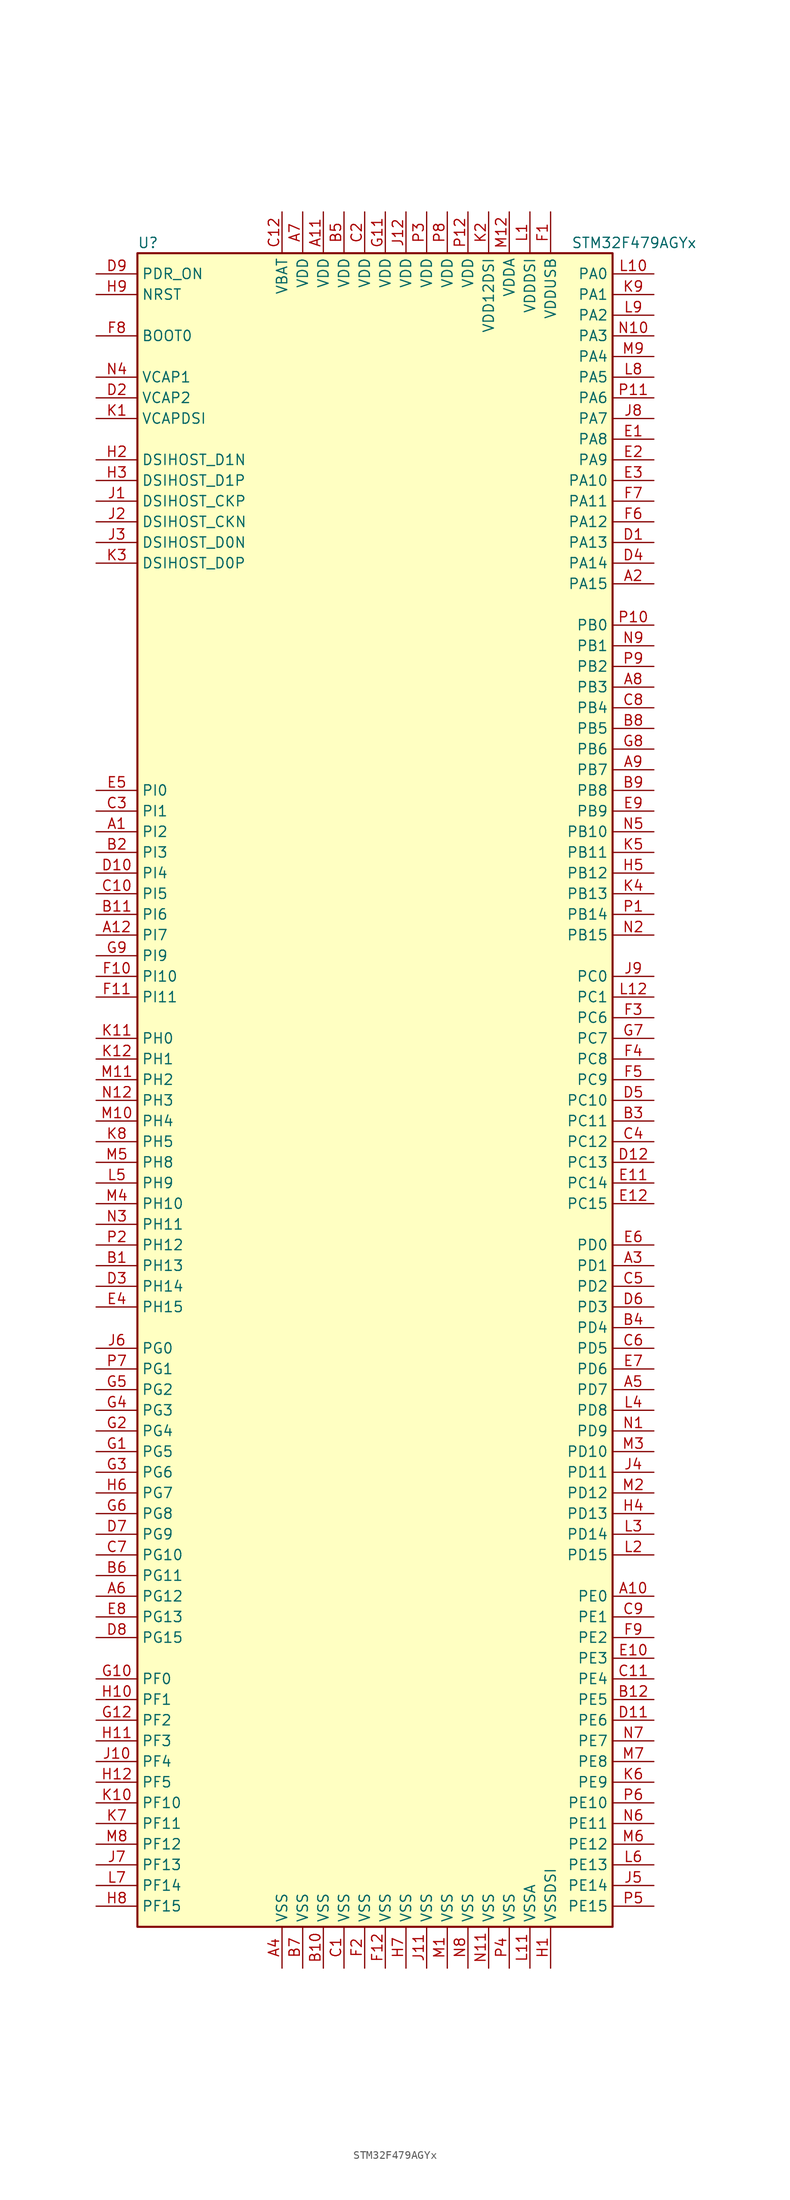
<source format=kicad_sym>
(kicad_symbol_lib
  (version 20201005)
  (generator kicad_symbol_editor)
  (symbol "STM32F479AGYx"
    (property "Reference" "U"
      (at -30.48 102.87 0)
      (effects (font (size 1.27 1.27)) (justify left)))
    (property "Value" "STM32F479AGYx"
      (at 22.86 102.87 0)
      (effects (font (size 1.27 1.27)) (justify left)))
    (symbol "STM32F479AGYx_0_1"
      (rectangle (start -30.48 -104.14) (end 27.94 101.6) (stroke (width 0.254)) (fill (type background))))
    (symbol "STM32F479AGYx_1_1"
      (pin input line (at -35.56 91.44 0) (length 5.08) (name "BOOT0" (effects (font (size 1.27 1.27)))) (number "F8" (effects (font (size 1.27 1.27)))))
      (pin bidirectional line (at -35.56 68.58 0) (length 5.08) (name "DSIHOST_CKN" (effects (font (size 1.27 1.27)))) (number "J2" (effects (font (size 1.27 1.27)))))
      (pin bidirectional line (at -35.56 71.12 0) (length 5.08) (name "DSIHOST_CKP" (effects (font (size 1.27 1.27)))) (number "J1" (effects (font (size 1.27 1.27)))))
      (pin bidirectional line (at -35.56 66.04 0) (length 5.08) (name "DSIHOST_D0N" (effects (font (size 1.27 1.27)))) (number "J3" (effects (font (size 1.27 1.27)))))
      (pin bidirectional line (at -35.56 63.5 0) (length 5.08) (name "DSIHOST_D0P" (effects (font (size 1.27 1.27)))) (number "K3" (effects (font (size 1.27 1.27)))))
      (pin bidirectional line (at -35.56 76.2 0) (length 5.08) (name "DSIHOST_D1N" (effects (font (size 1.27 1.27)))) (number "H2" (effects (font (size 1.27 1.27)))))
      (pin bidirectional line (at -35.56 73.66 0) (length 5.08) (name "DSIHOST_D1P" (effects (font (size 1.27 1.27)))) (number "H3" (effects (font (size 1.27 1.27)))))
      (pin input line (at -35.56 96.52 0) (length 5.08) (name "NRST" (effects (font (size 1.27 1.27)))) (number "H9" (effects (font (size 1.27 1.27)))))
      (pin bidirectional line (at 33.02 99.06 180) (length 5.08) (name "PA0" (effects (font (size 1.27 1.27)))) (number "L10" (effects (font (size 1.27 1.27)))))
      (pin bidirectional line (at 33.02 96.52 180) (length 5.08) (name "PA1" (effects (font (size 1.27 1.27)))) (number "K9" (effects (font (size 1.27 1.27)))))
      (pin bidirectional line (at 33.02 73.66 180) (length 5.08) (name "PA10" (effects (font (size 1.27 1.27)))) (number "E3" (effects (font (size 1.27 1.27)))))
      (pin bidirectional line (at 33.02 71.12 180) (length 5.08) (name "PA11" (effects (font (size 1.27 1.27)))) (number "F7" (effects (font (size 1.27 1.27)))))
      (pin bidirectional line (at 33.02 68.58 180) (length 5.08) (name "PA12" (effects (font (size 1.27 1.27)))) (number "F6" (effects (font (size 1.27 1.27)))))
      (pin bidirectional line (at 33.02 66.04 180) (length 5.08) (name "PA13" (effects (font (size 1.27 1.27)))) (number "D1" (effects (font (size 1.27 1.27)))))
      (pin bidirectional line (at 33.02 63.5 180) (length 5.08) (name "PA14" (effects (font (size 1.27 1.27)))) (number "D4" (effects (font (size 1.27 1.27)))))
      (pin bidirectional line (at 33.02 60.96 180) (length 5.08) (name "PA15" (effects (font (size 1.27 1.27)))) (number "A2" (effects (font (size 1.27 1.27)))))
      (pin bidirectional line (at 33.02 93.98 180) (length 5.08) (name "PA2" (effects (font (size 1.27 1.27)))) (number "L9" (effects (font (size 1.27 1.27)))))
      (pin bidirectional line (at 33.02 91.44 180) (length 5.08) (name "PA3" (effects (font (size 1.27 1.27)))) (number "N10" (effects (font (size 1.27 1.27)))))
      (pin bidirectional line (at 33.02 88.9 180) (length 5.08) (name "PA4" (effects (font (size 1.27 1.27)))) (number "M9" (effects (font (size 1.27 1.27)))))
      (pin bidirectional line (at 33.02 86.36 180) (length 5.08) (name "PA5" (effects (font (size 1.27 1.27)))) (number "L8" (effects (font (size 1.27 1.27)))))
      (pin bidirectional line (at 33.02 83.82 180) (length 5.08) (name "PA6" (effects (font (size 1.27 1.27)))) (number "P11" (effects (font (size 1.27 1.27)))))
      (pin bidirectional line (at 33.02 81.28 180) (length 5.08) (name "PA7" (effects (font (size 1.27 1.27)))) (number "J8" (effects (font (size 1.27 1.27)))))
      (pin bidirectional line (at 33.02 78.74 180) (length 5.08) (name "PA8" (effects (font (size 1.27 1.27)))) (number "E1" (effects (font (size 1.27 1.27)))))
      (pin bidirectional line (at 33.02 76.2 180) (length 5.08) (name "PA9" (effects (font (size 1.27 1.27)))) (number "E2" (effects (font (size 1.27 1.27)))))
      (pin bidirectional line (at 33.02 55.88 180) (length 5.08) (name "PB0" (effects (font (size 1.27 1.27)))) (number "P10" (effects (font (size 1.27 1.27)))))
      (pin bidirectional line (at 33.02 53.34 180) (length 5.08) (name "PB1" (effects (font (size 1.27 1.27)))) (number "N9" (effects (font (size 1.27 1.27)))))
      (pin bidirectional line (at 33.02 30.48 180) (length 5.08) (name "PB10" (effects (font (size 1.27 1.27)))) (number "N5" (effects (font (size 1.27 1.27)))))
      (pin bidirectional line (at 33.02 27.94 180) (length 5.08) (name "PB11" (effects (font (size 1.27 1.27)))) (number "K5" (effects (font (size 1.27 1.27)))))
      (pin bidirectional line (at 33.02 25.4 180) (length 5.08) (name "PB12" (effects (font (size 1.27 1.27)))) (number "H5" (effects (font (size 1.27 1.27)))))
      (pin bidirectional line (at 33.02 22.86 180) (length 5.08) (name "PB13" (effects (font (size 1.27 1.27)))) (number "K4" (effects (font (size 1.27 1.27)))))
      (pin bidirectional line (at 33.02 20.32 180) (length 5.08) (name "PB14" (effects (font (size 1.27 1.27)))) (number "P1" (effects (font (size 1.27 1.27)))))
      (pin bidirectional line (at 33.02 17.78 180) (length 5.08) (name "PB15" (effects (font (size 1.27 1.27)))) (number "N2" (effects (font (size 1.27 1.27)))))
      (pin bidirectional line (at 33.02 50.8 180) (length 5.08) (name "PB2" (effects (font (size 1.27 1.27)))) (number "P9" (effects (font (size 1.27 1.27)))))
      (pin bidirectional line (at 33.02 48.26 180) (length 5.08) (name "PB3" (effects (font (size 1.27 1.27)))) (number "A8" (effects (font (size 1.27 1.27)))))
      (pin bidirectional line (at 33.02 45.72 180) (length 5.08) (name "PB4" (effects (font (size 1.27 1.27)))) (number "C8" (effects (font (size 1.27 1.27)))))
      (pin bidirectional line (at 33.02 43.18 180) (length 5.08) (name "PB5" (effects (font (size 1.27 1.27)))) (number "B8" (effects (font (size 1.27 1.27)))))
      (pin bidirectional line (at 33.02 40.64 180) (length 5.08) (name "PB6" (effects (font (size 1.27 1.27)))) (number "G8" (effects (font (size 1.27 1.27)))))
      (pin bidirectional line (at 33.02 38.1 180) (length 5.08) (name "PB7" (effects (font (size 1.27 1.27)))) (number "A9" (effects (font (size 1.27 1.27)))))
      (pin bidirectional line (at 33.02 35.56 180) (length 5.08) (name "PB8" (effects (font (size 1.27 1.27)))) (number "B9" (effects (font (size 1.27 1.27)))))
      (pin bidirectional line (at 33.02 33.02 180) (length 5.08) (name "PB9" (effects (font (size 1.27 1.27)))) (number "E9" (effects (font (size 1.27 1.27)))))
      (pin bidirectional line (at 33.02 12.7 180) (length 5.08) (name "PC0" (effects (font (size 1.27 1.27)))) (number "J9" (effects (font (size 1.27 1.27)))))
      (pin bidirectional line (at 33.02 10.16 180) (length 5.08) (name "PC1" (effects (font (size 1.27 1.27)))) (number "L12" (effects (font (size 1.27 1.27)))))
      (pin bidirectional line (at 33.02 -2.54 180) (length 5.08) (name "PC10" (effects (font (size 1.27 1.27)))) (number "D5" (effects (font (size 1.27 1.27)))))
      (pin bidirectional line (at 33.02 -5.08 180) (length 5.08) (name "PC11" (effects (font (size 1.27 1.27)))) (number "B3" (effects (font (size 1.27 1.27)))))
      (pin bidirectional line (at 33.02 -7.62 180) (length 5.08) (name "PC12" (effects (font (size 1.27 1.27)))) (number "C4" (effects (font (size 1.27 1.27)))))
      (pin bidirectional line (at 33.02 -10.16 180) (length 5.08) (name "PC13" (effects (font (size 1.27 1.27)))) (number "D12" (effects (font (size 1.27 1.27)))))
      (pin bidirectional line (at 33.02 -12.7 180) (length 5.08) (name "PC14" (effects (font (size 1.27 1.27)))) (number "E11" (effects (font (size 1.27 1.27)))))
      (pin bidirectional line (at 33.02 -15.24 180) (length 5.08) (name "PC15" (effects (font (size 1.27 1.27)))) (number "E12" (effects (font (size 1.27 1.27)))))
      (pin bidirectional line (at 33.02 7.62 180) (length 5.08) (name "PC6" (effects (font (size 1.27 1.27)))) (number "F3" (effects (font (size 1.27 1.27)))))
      (pin bidirectional line (at 33.02 5.08 180) (length 5.08) (name "PC7" (effects (font (size 1.27 1.27)))) (number "G7" (effects (font (size 1.27 1.27)))))
      (pin bidirectional line (at 33.02 2.54 180) (length 5.08) (name "PC8" (effects (font (size 1.27 1.27)))) (number "F4" (effects (font (size 1.27 1.27)))))
      (pin bidirectional line (at 33.02 0 180) (length 5.08) (name "PC9" (effects (font (size 1.27 1.27)))) (number "F5" (effects (font (size 1.27 1.27)))))
      (pin bidirectional line (at 33.02 -20.32 180) (length 5.08) (name "PD0" (effects (font (size 1.27 1.27)))) (number "E6" (effects (font (size 1.27 1.27)))))
      (pin bidirectional line (at 33.02 -22.86 180) (length 5.08) (name "PD1" (effects (font (size 1.27 1.27)))) (number "A3" (effects (font (size 1.27 1.27)))))
      (pin bidirectional line (at 33.02 -45.72 180) (length 5.08) (name "PD10" (effects (font (size 1.27 1.27)))) (number "M3" (effects (font (size 1.27 1.27)))))
      (pin bidirectional line (at 33.02 -48.26 180) (length 5.08) (name "PD11" (effects (font (size 1.27 1.27)))) (number "J4" (effects (font (size 1.27 1.27)))))
      (pin bidirectional line (at 33.02 -50.8 180) (length 5.08) (name "PD12" (effects (font (size 1.27 1.27)))) (number "M2" (effects (font (size 1.27 1.27)))))
      (pin bidirectional line (at 33.02 -53.34 180) (length 5.08) (name "PD13" (effects (font (size 1.27 1.27)))) (number "H4" (effects (font (size 1.27 1.27)))))
      (pin bidirectional line (at 33.02 -55.88 180) (length 5.08) (name "PD14" (effects (font (size 1.27 1.27)))) (number "L3" (effects (font (size 1.27 1.27)))))
      (pin bidirectional line (at 33.02 -58.42 180) (length 5.08) (name "PD15" (effects (font (size 1.27 1.27)))) (number "L2" (effects (font (size 1.27 1.27)))))
      (pin bidirectional line (at 33.02 -25.4 180) (length 5.08) (name "PD2" (effects (font (size 1.27 1.27)))) (number "C5" (effects (font (size 1.27 1.27)))))
      (pin bidirectional line (at 33.02 -27.94 180) (length 5.08) (name "PD3" (effects (font (size 1.27 1.27)))) (number "D6" (effects (font (size 1.27 1.27)))))
      (pin bidirectional line (at 33.02 -30.48 180) (length 5.08) (name "PD4" (effects (font (size 1.27 1.27)))) (number "B4" (effects (font (size 1.27 1.27)))))
      (pin bidirectional line (at 33.02 -33.02 180) (length 5.08) (name "PD5" (effects (font (size 1.27 1.27)))) (number "C6" (effects (font (size 1.27 1.27)))))
      (pin bidirectional line (at 33.02 -35.56 180) (length 5.08) (name "PD6" (effects (font (size 1.27 1.27)))) (number "E7" (effects (font (size 1.27 1.27)))))
      (pin bidirectional line (at 33.02 -38.1 180) (length 5.08) (name "PD7" (effects (font (size 1.27 1.27)))) (number "A5" (effects (font (size 1.27 1.27)))))
      (pin bidirectional line (at 33.02 -40.64 180) (length 5.08) (name "PD8" (effects (font (size 1.27 1.27)))) (number "L4" (effects (font (size 1.27 1.27)))))
      (pin bidirectional line (at 33.02 -43.18 180) (length 5.08) (name "PD9" (effects (font (size 1.27 1.27)))) (number "N1" (effects (font (size 1.27 1.27)))))
      (pin input line (at -35.56 99.06 0) (length 5.08) (name "PDR_ON" (effects (font (size 1.27 1.27)))) (number "D9" (effects (font (size 1.27 1.27)))))
      (pin bidirectional line (at 33.02 -63.5 180) (length 5.08) (name "PE0" (effects (font (size 1.27 1.27)))) (number "A10" (effects (font (size 1.27 1.27)))))
      (pin bidirectional line (at 33.02 -66.04 180) (length 5.08) (name "PE1" (effects (font (size 1.27 1.27)))) (number "C9" (effects (font (size 1.27 1.27)))))
      (pin bidirectional line (at 33.02 -88.9 180) (length 5.08) (name "PE10" (effects (font (size 1.27 1.27)))) (number "P6" (effects (font (size 1.27 1.27)))))
      (pin bidirectional line (at 33.02 -91.44 180) (length 5.08) (name "PE11" (effects (font (size 1.27 1.27)))) (number "N6" (effects (font (size 1.27 1.27)))))
      (pin bidirectional line (at 33.02 -93.98 180) (length 5.08) (name "PE12" (effects (font (size 1.27 1.27)))) (number "M6" (effects (font (size 1.27 1.27)))))
      (pin bidirectional line (at 33.02 -96.52 180) (length 5.08) (name "PE13" (effects (font (size 1.27 1.27)))) (number "L6" (effects (font (size 1.27 1.27)))))
      (pin bidirectional line (at 33.02 -99.06 180) (length 5.08) (name "PE14" (effects (font (size 1.27 1.27)))) (number "J5" (effects (font (size 1.27 1.27)))))
      (pin bidirectional line (at 33.02 -101.6 180) (length 5.08) (name "PE15" (effects (font (size 1.27 1.27)))) (number "P5" (effects (font (size 1.27 1.27)))))
      (pin bidirectional line (at 33.02 -68.58 180) (length 5.08) (name "PE2" (effects (font (size 1.27 1.27)))) (number "F9" (effects (font (size 1.27 1.27)))))
      (pin bidirectional line (at 33.02 -71.12 180) (length 5.08) (name "PE3" (effects (font (size 1.27 1.27)))) (number "E10" (effects (font (size 1.27 1.27)))))
      (pin bidirectional line (at 33.02 -73.66 180) (length 5.08) (name "PE4" (effects (font (size 1.27 1.27)))) (number "C11" (effects (font (size 1.27 1.27)))))
      (pin bidirectional line (at 33.02 -76.2 180) (length 5.08) (name "PE5" (effects (font (size 1.27 1.27)))) (number "B12" (effects (font (size 1.27 1.27)))))
      (pin bidirectional line (at 33.02 -78.74 180) (length 5.08) (name "PE6" (effects (font (size 1.27 1.27)))) (number "D11" (effects (font (size 1.27 1.27)))))
      (pin bidirectional line (at 33.02 -81.28 180) (length 5.08) (name "PE7" (effects (font (size 1.27 1.27)))) (number "N7" (effects (font (size 1.27 1.27)))))
      (pin bidirectional line (at 33.02 -83.82 180) (length 5.08) (name "PE8" (effects (font (size 1.27 1.27)))) (number "M7" (effects (font (size 1.27 1.27)))))
      (pin bidirectional line (at 33.02 -86.36 180) (length 5.08) (name "PE9" (effects (font (size 1.27 1.27)))) (number "K6" (effects (font (size 1.27 1.27)))))
      (pin bidirectional line (at -35.56 -73.66 0) (length 5.08) (name "PF0" (effects (font (size 1.27 1.27)))) (number "G10" (effects (font (size 1.27 1.27)))))
      (pin bidirectional line (at -35.56 -76.2 0) (length 5.08) (name "PF1" (effects (font (size 1.27 1.27)))) (number "H10" (effects (font (size 1.27 1.27)))))
      (pin bidirectional line (at -35.56 -88.9 0) (length 5.08) (name "PF10" (effects (font (size 1.27 1.27)))) (number "K10" (effects (font (size 1.27 1.27)))))
      (pin bidirectional line (at -35.56 -91.44 0) (length 5.08) (name "PF11" (effects (font (size 1.27 1.27)))) (number "K7" (effects (font (size 1.27 1.27)))))
      (pin bidirectional line (at -35.56 -93.98 0) (length 5.08) (name "PF12" (effects (font (size 1.27 1.27)))) (number "M8" (effects (font (size 1.27 1.27)))))
      (pin bidirectional line (at -35.56 -96.52 0) (length 5.08) (name "PF13" (effects (font (size 1.27 1.27)))) (number "J7" (effects (font (size 1.27 1.27)))))
      (pin bidirectional line (at -35.56 -99.06 0) (length 5.08) (name "PF14" (effects (font (size 1.27 1.27)))) (number "L7" (effects (font (size 1.27 1.27)))))
      (pin bidirectional line (at -35.56 -101.6 0) (length 5.08) (name "PF15" (effects (font (size 1.27 1.27)))) (number "H8" (effects (font (size 1.27 1.27)))))
      (pin bidirectional line (at -35.56 -78.74 0) (length 5.08) (name "PF2" (effects (font (size 1.27 1.27)))) (number "G12" (effects (font (size 1.27 1.27)))))
      (pin bidirectional line (at -35.56 -81.28 0) (length 5.08) (name "PF3" (effects (font (size 1.27 1.27)))) (number "H11" (effects (font (size 1.27 1.27)))))
      (pin bidirectional line (at -35.56 -83.82 0) (length 5.08) (name "PF4" (effects (font (size 1.27 1.27)))) (number "J10" (effects (font (size 1.27 1.27)))))
      (pin bidirectional line (at -35.56 -86.36 0) (length 5.08) (name "PF5" (effects (font (size 1.27 1.27)))) (number "H12" (effects (font (size 1.27 1.27)))))
      (pin bidirectional line (at -35.56 -33.02 0) (length 5.08) (name "PG0" (effects (font (size 1.27 1.27)))) (number "J6" (effects (font (size 1.27 1.27)))))
      (pin bidirectional line (at -35.56 -35.56 0) (length 5.08) (name "PG1" (effects (font (size 1.27 1.27)))) (number "P7" (effects (font (size 1.27 1.27)))))
      (pin bidirectional line (at -35.56 -58.42 0) (length 5.08) (name "PG10" (effects (font (size 1.27 1.27)))) (number "C7" (effects (font (size 1.27 1.27)))))
      (pin bidirectional line (at -35.56 -60.96 0) (length 5.08) (name "PG11" (effects (font (size 1.27 1.27)))) (number "B6" (effects (font (size 1.27 1.27)))))
      (pin bidirectional line (at -35.56 -63.5 0) (length 5.08) (name "PG12" (effects (font (size 1.27 1.27)))) (number "A6" (effects (font (size 1.27 1.27)))))
      (pin bidirectional line (at -35.56 -66.04 0) (length 5.08) (name "PG13" (effects (font (size 1.27 1.27)))) (number "E8" (effects (font (size 1.27 1.27)))))
      (pin bidirectional line (at -35.56 -68.58 0) (length 5.08) (name "PG15" (effects (font (size 1.27 1.27)))) (number "D8" (effects (font (size 1.27 1.27)))))
      (pin bidirectional line (at -35.56 -38.1 0) (length 5.08) (name "PG2" (effects (font (size 1.27 1.27)))) (number "G5" (effects (font (size 1.27 1.27)))))
      (pin bidirectional line (at -35.56 -40.64 0) (length 5.08) (name "PG3" (effects (font (size 1.27 1.27)))) (number "G4" (effects (font (size 1.27 1.27)))))
      (pin bidirectional line (at -35.56 -43.18 0) (length 5.08) (name "PG4" (effects (font (size 1.27 1.27)))) (number "G2" (effects (font (size 1.27 1.27)))))
      (pin bidirectional line (at -35.56 -45.72 0) (length 5.08) (name "PG5" (effects (font (size 1.27 1.27)))) (number "G1" (effects (font (size 1.27 1.27)))))
      (pin bidirectional line (at -35.56 -48.26 0) (length 5.08) (name "PG6" (effects (font (size 1.27 1.27)))) (number "G3" (effects (font (size 1.27 1.27)))))
      (pin bidirectional line (at -35.56 -50.8 0) (length 5.08) (name "PG7" (effects (font (size 1.27 1.27)))) (number "H6" (effects (font (size 1.27 1.27)))))
      (pin bidirectional line (at -35.56 -53.34 0) (length 5.08) (name "PG8" (effects (font (size 1.27 1.27)))) (number "G6" (effects (font (size 1.27 1.27)))))
      (pin bidirectional line (at -35.56 -55.88 0) (length 5.08) (name "PG9" (effects (font (size 1.27 1.27)))) (number "D7" (effects (font (size 1.27 1.27)))))
      (pin input line (at -35.56 5.08 0) (length 5.08) (name "PH0" (effects (font (size 1.27 1.27)))) (number "K11" (effects (font (size 1.27 1.27)))))
      (pin input line (at -35.56 2.54 0) (length 5.08) (name "PH1" (effects (font (size 1.27 1.27)))) (number "K12" (effects (font (size 1.27 1.27)))))
      (pin bidirectional line (at -35.56 -15.24 0) (length 5.08) (name "PH10" (effects (font (size 1.27 1.27)))) (number "M4" (effects (font (size 1.27 1.27)))))
      (pin bidirectional line (at -35.56 -17.78 0) (length 5.08) (name "PH11" (effects (font (size 1.27 1.27)))) (number "N3" (effects (font (size 1.27 1.27)))))
      (pin bidirectional line (at -35.56 -20.32 0) (length 5.08) (name "PH12" (effects (font (size 1.27 1.27)))) (number "P2" (effects (font (size 1.27 1.27)))))
      (pin bidirectional line (at -35.56 -22.86 0) (length 5.08) (name "PH13" (effects (font (size 1.27 1.27)))) (number "B1" (effects (font (size 1.27 1.27)))))
      (pin bidirectional line (at -35.56 -25.4 0) (length 5.08) (name "PH14" (effects (font (size 1.27 1.27)))) (number "D3" (effects (font (size 1.27 1.27)))))
      (pin bidirectional line (at -35.56 -27.94 0) (length 5.08) (name "PH15" (effects (font (size 1.27 1.27)))) (number "E4" (effects (font (size 1.27 1.27)))))
      (pin bidirectional line (at -35.56 0 0) (length 5.08) (name "PH2" (effects (font (size 1.27 1.27)))) (number "M11" (effects (font (size 1.27 1.27)))))
      (pin bidirectional line (at -35.56 -2.54 0) (length 5.08) (name "PH3" (effects (font (size 1.27 1.27)))) (number "N12" (effects (font (size 1.27 1.27)))))
      (pin bidirectional line (at -35.56 -5.08 0) (length 5.08) (name "PH4" (effects (font (size 1.27 1.27)))) (number "M10" (effects (font (size 1.27 1.27)))))
      (pin bidirectional line (at -35.56 -7.62 0) (length 5.08) (name "PH5" (effects (font (size 1.27 1.27)))) (number "K8" (effects (font (size 1.27 1.27)))))
      (pin bidirectional line (at -35.56 -10.16 0) (length 5.08) (name "PH8" (effects (font (size 1.27 1.27)))) (number "M5" (effects (font (size 1.27 1.27)))))
      (pin bidirectional line (at -35.56 -12.7 0) (length 5.08) (name "PH9" (effects (font (size 1.27 1.27)))) (number "L5" (effects (font (size 1.27 1.27)))))
      (pin bidirectional line (at -35.56 35.56 0) (length 5.08) (name "PI0" (effects (font (size 1.27 1.27)))) (number "E5" (effects (font (size 1.27 1.27)))))
      (pin bidirectional line (at -35.56 33.02 0) (length 5.08) (name "PI1" (effects (font (size 1.27 1.27)))) (number "C3" (effects (font (size 1.27 1.27)))))
      (pin bidirectional line (at -35.56 12.7 0) (length 5.08) (name "PI10" (effects (font (size 1.27 1.27)))) (number "F10" (effects (font (size 1.27 1.27)))))
      (pin bidirectional line (at -35.56 10.16 0) (length 5.08) (name "PI11" (effects (font (size 1.27 1.27)))) (number "F11" (effects (font (size 1.27 1.27)))))
      (pin bidirectional line (at -35.56 30.48 0) (length 5.08) (name "PI2" (effects (font (size 1.27 1.27)))) (number "A1" (effects (font (size 1.27 1.27)))))
      (pin bidirectional line (at -35.56 27.94 0) (length 5.08) (name "PI3" (effects (font (size 1.27 1.27)))) (number "B2" (effects (font (size 1.27 1.27)))))
      (pin bidirectional line (at -35.56 25.4 0) (length 5.08) (name "PI4" (effects (font (size 1.27 1.27)))) (number "D10" (effects (font (size 1.27 1.27)))))
      (pin bidirectional line (at -35.56 22.86 0) (length 5.08) (name "PI5" (effects (font (size 1.27 1.27)))) (number "C10" (effects (font (size 1.27 1.27)))))
      (pin bidirectional line (at -35.56 20.32 0) (length 5.08) (name "PI6" (effects (font (size 1.27 1.27)))) (number "B11" (effects (font (size 1.27 1.27)))))
      (pin bidirectional line (at -35.56 17.78 0) (length 5.08) (name "PI7" (effects (font (size 1.27 1.27)))) (number "A12" (effects (font (size 1.27 1.27)))))
      (pin bidirectional line (at -35.56 15.24 0) (length 5.08) (name "PI9" (effects (font (size 1.27 1.27)))) (number "G9" (effects (font (size 1.27 1.27)))))
      (pin power_in line (at -12.7 106.68 270) (length 5.08) (name "VBAT" (effects (font (size 1.27 1.27)))) (number "C12" (effects (font (size 1.27 1.27)))))
      (pin power_in line (at -35.56 86.36 0) (length 5.08) (name "VCAP1" (effects (font (size 1.27 1.27)))) (number "N4" (effects (font (size 1.27 1.27)))))
      (pin power_in line (at -35.56 83.82 0) (length 5.08) (name "VCAP2" (effects (font (size 1.27 1.27)))) (number "D2" (effects (font (size 1.27 1.27)))))
      (pin power_in line (at -35.56 81.28 0) (length 5.08) (name "VCAPDSI" (effects (font (size 1.27 1.27)))) (number "K1" (effects (font (size 1.27 1.27)))))
      (pin power_in line (at -7.62 106.68 270) (length 5.08) (name "VDD" (effects (font (size 1.27 1.27)))) (number "A11" (effects (font (size 1.27 1.27)))))
      (pin power_in line (at -10.16 106.68 270) (length 5.08) (name "VDD" (effects (font (size 1.27 1.27)))) (number "A7" (effects (font (size 1.27 1.27)))))
      (pin power_in line (at -5.08 106.68 270) (length 5.08) (name "VDD" (effects (font (size 1.27 1.27)))) (number "B5" (effects (font (size 1.27 1.27)))))
      (pin power_in line (at -2.54 106.68 270) (length 5.08) (name "VDD" (effects (font (size 1.27 1.27)))) (number "C2" (effects (font (size 1.27 1.27)))))
      (pin power_in line (at 0 106.68 270) (length 5.08) (name "VDD" (effects (font (size 1.27 1.27)))) (number "G11" (effects (font (size 1.27 1.27)))))
      (pin power_in line (at 2.54 106.68 270) (length 5.08) (name "VDD" (effects (font (size 1.27 1.27)))) (number "J12" (effects (font (size 1.27 1.27)))))
      (pin power_in line (at 10.16 106.68 270) (length 5.08) (name "VDD" (effects (font (size 1.27 1.27)))) (number "P12" (effects (font (size 1.27 1.27)))))
      (pin power_in line (at 5.08 106.68 270) (length 5.08) (name "VDD" (effects (font (size 1.27 1.27)))) (number "P3" (effects (font (size 1.27 1.27)))))
      (pin power_in line (at 7.62 106.68 270) (length 5.08) (name "VDD" (effects (font (size 1.27 1.27)))) (number "P8" (effects (font (size 1.27 1.27)))))
      (pin power_in line (at 12.7 106.68 270) (length 5.08) (name "VDD12DSI" (effects (font (size 1.27 1.27)))) (number "K2" (effects (font (size 1.27 1.27)))))
      (pin power_in line (at 15.24 106.68 270) (length 5.08) (name "VDDA" (effects (font (size 1.27 1.27)))) (number "M12" (effects (font (size 1.27 1.27)))))
      (pin power_in line (at 17.78 106.68 270) (length 5.08) (name "VDDDSI" (effects (font (size 1.27 1.27)))) (number "L1" (effects (font (size 1.27 1.27)))))
      (pin power_in line (at 20.32 106.68 270) (length 5.08) (name "VDDUSB" (effects (font (size 1.27 1.27)))) (number "F1" (effects (font (size 1.27 1.27)))))
      (pin power_in line (at -12.7 -109.22 90) (length 5.08) (name "VSS" (effects (font (size 1.27 1.27)))) (number "A4" (effects (font (size 1.27 1.27)))))
      (pin power_in line (at -7.62 -109.22 90) (length 5.08) (name "VSS" (effects (font (size 1.27 1.27)))) (number "B10" (effects (font (size 1.27 1.27)))))
      (pin power_in line (at -10.16 -109.22 90) (length 5.08) (name "VSS" (effects (font (size 1.27 1.27)))) (number "B7" (effects (font (size 1.27 1.27)))))
      (pin power_in line (at -5.08 -109.22 90) (length 5.08) (name "VSS" (effects (font (size 1.27 1.27)))) (number "C1" (effects (font (size 1.27 1.27)))))
      (pin power_in line (at 0 -109.22 90) (length 5.08) (name "VSS" (effects (font (size 1.27 1.27)))) (number "F12" (effects (font (size 1.27 1.27)))))
      (pin power_in line (at -2.54 -109.22 90) (length 5.08) (name "VSS" (effects (font (size 1.27 1.27)))) (number "F2" (effects (font (size 1.27 1.27)))))
      (pin power_in line (at 2.54 -109.22 90) (length 5.08) (name "VSS" (effects (font (size 1.27 1.27)))) (number "H7" (effects (font (size 1.27 1.27)))))
      (pin power_in line (at 5.08 -109.22 90) (length 5.08) (name "VSS" (effects (font (size 1.27 1.27)))) (number "J11" (effects (font (size 1.27 1.27)))))
      (pin power_in line (at 7.62 -109.22 90) (length 5.08) (name "VSS" (effects (font (size 1.27 1.27)))) (number "M1" (effects (font (size 1.27 1.27)))))
      (pin power_in line (at 12.7 -109.22 90) (length 5.08) (name "VSS" (effects (font (size 1.27 1.27)))) (number "N11" (effects (font (size 1.27 1.27)))))
      (pin power_in line (at 10.16 -109.22 90) (length 5.08) (name "VSS" (effects (font (size 1.27 1.27)))) (number "N8" (effects (font (size 1.27 1.27)))))
      (pin power_in line (at 15.24 -109.22 90) (length 5.08) (name "VSS" (effects (font (size 1.27 1.27)))) (number "P4" (effects (font (size 1.27 1.27)))))
      (pin power_in line (at 17.78 -109.22 90) (length 5.08) (name "VSSA" (effects (font (size 1.27 1.27)))) (number "L11" (effects (font (size 1.27 1.27)))))
      (pin power_in line (at 20.32 -109.22 90) (length 5.08) (name "VSSDSI" (effects (font (size 1.27 1.27)))) (number "H1" (effects (font (size 1.27 1.27))))))))
</source>
